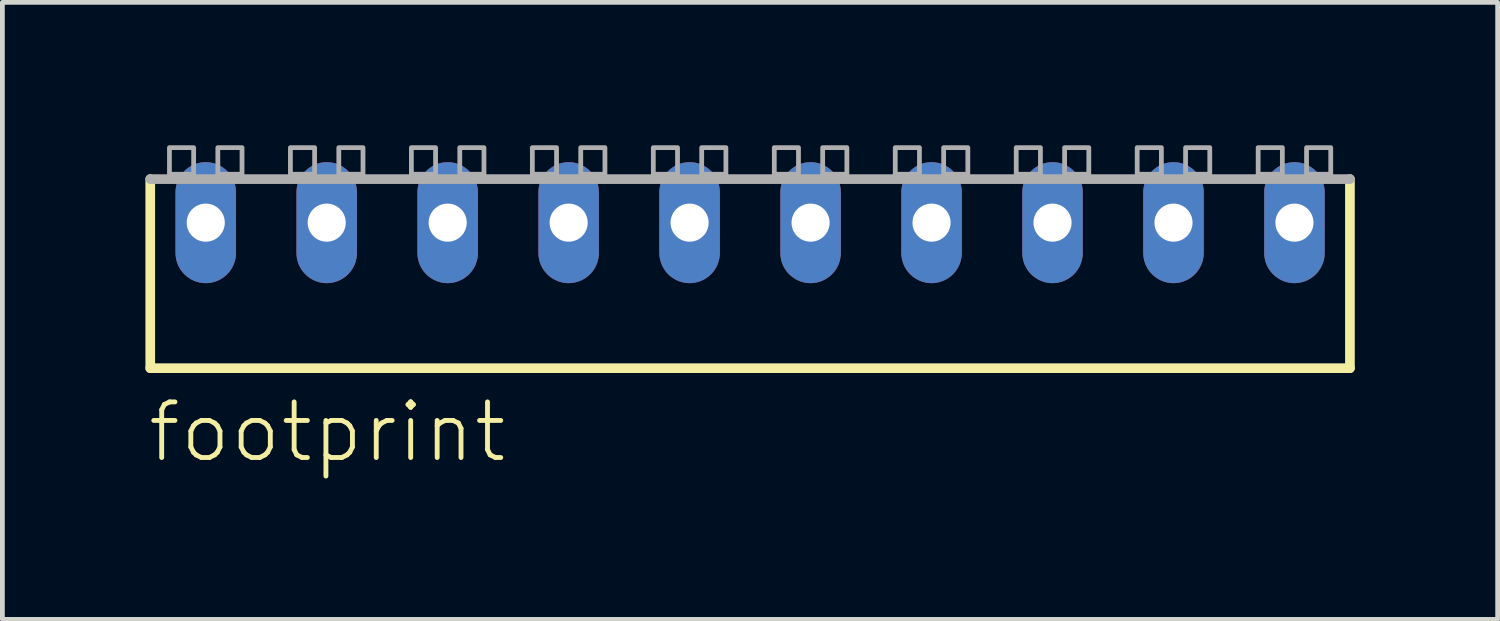
<source format=kicad_pcb>
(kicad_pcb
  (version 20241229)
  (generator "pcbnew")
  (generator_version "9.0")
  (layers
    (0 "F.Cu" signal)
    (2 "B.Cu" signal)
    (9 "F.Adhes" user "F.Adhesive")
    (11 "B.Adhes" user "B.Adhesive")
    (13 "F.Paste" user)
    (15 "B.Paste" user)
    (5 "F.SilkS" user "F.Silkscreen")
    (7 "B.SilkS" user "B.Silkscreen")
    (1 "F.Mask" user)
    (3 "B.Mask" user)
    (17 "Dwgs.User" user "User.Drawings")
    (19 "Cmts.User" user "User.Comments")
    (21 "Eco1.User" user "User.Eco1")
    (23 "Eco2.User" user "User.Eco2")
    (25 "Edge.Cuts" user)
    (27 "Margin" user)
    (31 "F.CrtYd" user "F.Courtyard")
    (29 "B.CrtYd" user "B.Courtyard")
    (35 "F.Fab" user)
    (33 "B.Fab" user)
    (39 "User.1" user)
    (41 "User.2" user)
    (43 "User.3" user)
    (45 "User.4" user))
  (footprint "footprint"
    (layer "F.Cu")
    (at 12.7 1.625)
    (property "Reference" "footprint" (at -12.7 5.08 0) (layer "F.SilkS") (effects (font (size 1.168 1.168) (thickness 0.102)) (justify left bottom)))
    (fp_line (start -12.595 3.055) (end -12.595 -0.915) (stroke (width 0.203) (type solid)) (layer "F.SilkS"))
    (fp_line (start 12.595 -0.915) (end 12.595 3.055) (stroke (width 0.203) (type solid)) (layer "F.SilkS"))
    (fp_line (start 12.595 3.055) (end -12.595 3.055) (stroke (width 0.203) (type solid)) (layer "F.SilkS"))
    (fp_line (start -12.595 -0.915) (end 12.595 -0.915) (stroke (width 0.203) (type solid)) (layer "F.Fab"))
    (fp_poly (pts (xy -12.192 -1.016) (xy -11.684 -1.016) (xy -11.684 -1.575) (xy -12.192 -1.575)) (stroke (width 0.1) (type solid)) (fill no) (layer "F.Fab"))
    (fp_poly (pts (xy -11.176 -1.016) (xy -10.668 -1.016) (xy -10.668 -1.575) (xy -11.176 -1.575)) (stroke (width 0.1) (type solid)) (fill no) (layer "F.Fab"))
    (fp_poly (pts (xy -9.652 -1.016) (xy -9.144 -1.016) (xy -9.144 -1.575) (xy -9.652 -1.575)) (stroke (width 0.1) (type solid)) (fill no) (layer "F.Fab"))
    (fp_poly (pts (xy -8.636 -1.016) (xy -8.128 -1.016) (xy -8.128 -1.575) (xy -8.636 -1.575)) (stroke (width 0.1) (type solid)) (fill no) (layer "F.Fab"))
    (fp_poly (pts (xy -7.112 -1.016) (xy -6.604 -1.016) (xy -6.604 -1.575) (xy -7.112 -1.575)) (stroke (width 0.1) (type solid)) (fill no) (layer "F.Fab"))
    (fp_poly (pts (xy -6.096 -1.016) (xy -5.588 -1.016) (xy -5.588 -1.575) (xy -6.096 -1.575)) (stroke (width 0.1) (type solid)) (fill no) (layer "F.Fab"))
    (fp_poly (pts (xy -4.572 -1.016) (xy -4.064 -1.016) (xy -4.064 -1.575) (xy -4.572 -1.575)) (stroke (width 0.1) (type solid)) (fill no) (layer "F.Fab"))
    (fp_poly (pts (xy -3.556 -1.016) (xy -3.048 -1.016) (xy -3.048 -1.575) (xy -3.556 -1.575)) (stroke (width 0.1) (type solid)) (fill no) (layer "F.Fab"))
    (fp_poly (pts (xy -2.032 -1.016) (xy -1.524 -1.016) (xy -1.524 -1.575) (xy -2.032 -1.575)) (stroke (width 0.1) (type solid)) (fill no) (layer "F.Fab"))
    (fp_poly (pts (xy -1.016 -1.016) (xy -0.508 -1.016) (xy -0.508 -1.575) (xy -1.016 -1.575)) (stroke (width 0.1) (type solid)) (fill no) (layer "F.Fab"))
    (fp_poly (pts (xy 0.508 -1.016) (xy 1.016 -1.016) (xy 1.016 -1.575) (xy 0.508 -1.575)) (stroke (width 0.1) (type solid)) (fill no) (layer "F.Fab"))
    (fp_poly (pts (xy 1.524 -1.016) (xy 2.032 -1.016) (xy 2.032 -1.575) (xy 1.524 -1.575)) (stroke (width 0.1) (type solid)) (fill no) (layer "F.Fab"))
    (fp_poly (pts (xy 3.048 -1.016) (xy 3.556 -1.016) (xy 3.556 -1.575) (xy 3.048 -1.575)) (stroke (width 0.1) (type solid)) (fill no) (layer "F.Fab"))
    (fp_poly (pts (xy 4.064 -1.016) (xy 4.572 -1.016) (xy 4.572 -1.575) (xy 4.064 -1.575)) (stroke (width 0.1) (type solid)) (fill no) (layer "F.Fab"))
    (fp_poly (pts (xy 5.588 -1.016) (xy 6.096 -1.016) (xy 6.096 -1.575) (xy 5.588 -1.575)) (stroke (width 0.1) (type solid)) (fill no) (layer "F.Fab"))
    (fp_poly (pts (xy 6.604 -1.016) (xy 7.112 -1.016) (xy 7.112 -1.575) (xy 6.604 -1.575)) (stroke (width 0.1) (type solid)) (fill no) (layer "F.Fab"))
    (fp_poly (pts (xy 8.128 -1.016) (xy 8.636 -1.016) (xy 8.636 -1.575) (xy 8.128 -1.575)) (stroke (width 0.1) (type solid)) (fill no) (layer "F.Fab"))
    (fp_poly (pts (xy 9.144 -1.016) (xy 9.652 -1.016) (xy 9.652 -1.575) (xy 9.144 -1.575)) (stroke (width 0.1) (type solid)) (fill no) (layer "F.Fab"))
    (fp_poly (pts (xy 10.668 -1.016) (xy 11.176 -1.016) (xy 11.176 -1.575) (xy 10.668 -1.575)) (stroke (width 0.1) (type solid)) (fill no) (layer "F.Fab"))
    (fp_poly (pts (xy 11.684 -1.016) (xy 12.192 -1.016) (xy 12.192 -1.575) (xy 11.684 -1.575)) (stroke (width 0.1) (type solid)) (fill no) (layer "F.Fab"))
    (pad "1" thru_hole oval (at -11.43 0 90) (size 2.54 1.27) (drill 0.8) (layers "*.Cu" "*.Mask"))
    (pad "2" thru_hole oval (at -8.89 0 90) (size 2.54 1.27) (drill 0.8) (layers "*.Cu" "*.Mask"))
    (pad "3" thru_hole oval (at -6.35 0 90) (size 2.54 1.27) (drill 0.8) (layers "*.Cu" "*.Mask"))
    (pad "4" thru_hole oval (at -3.81 0 90) (size 2.54 1.27) (drill 0.8) (layers "*.Cu" "*.Mask"))
    (pad "5" thru_hole oval (at -1.27 0 90) (size 2.54 1.27) (drill 0.8) (layers "*.Cu" "*.Mask"))
    (pad "6" thru_hole oval (at 1.27 0 90) (size 2.54 1.27) (drill 0.8) (layers "*.Cu" "*.Mask"))
    (pad "7" thru_hole oval (at 3.81 0 90) (size 2.54 1.27) (drill 0.8) (layers "*.Cu" "*.Mask"))
    (pad "8" thru_hole oval (at 6.35 0 90) (size 2.54 1.27) (drill 0.8) (layers "*.Cu" "*.Mask"))
    (pad "9" thru_hole oval (at 8.89 0 90) (size 2.54 1.27) (drill 0.8) (layers "*.Cu" "*.Mask"))
    (pad "10" thru_hole oval (at 11.43 0 90) (size 2.54 1.27) (drill 0.8) (layers "*.Cu" "*.Mask")))
  (gr_rect
    (start -3 -3)
    (end 28.397 9.955)
    (stroke (width 0.1) (type default))
    (fill no)
    (layer "Edge.Cuts")))
</source>
